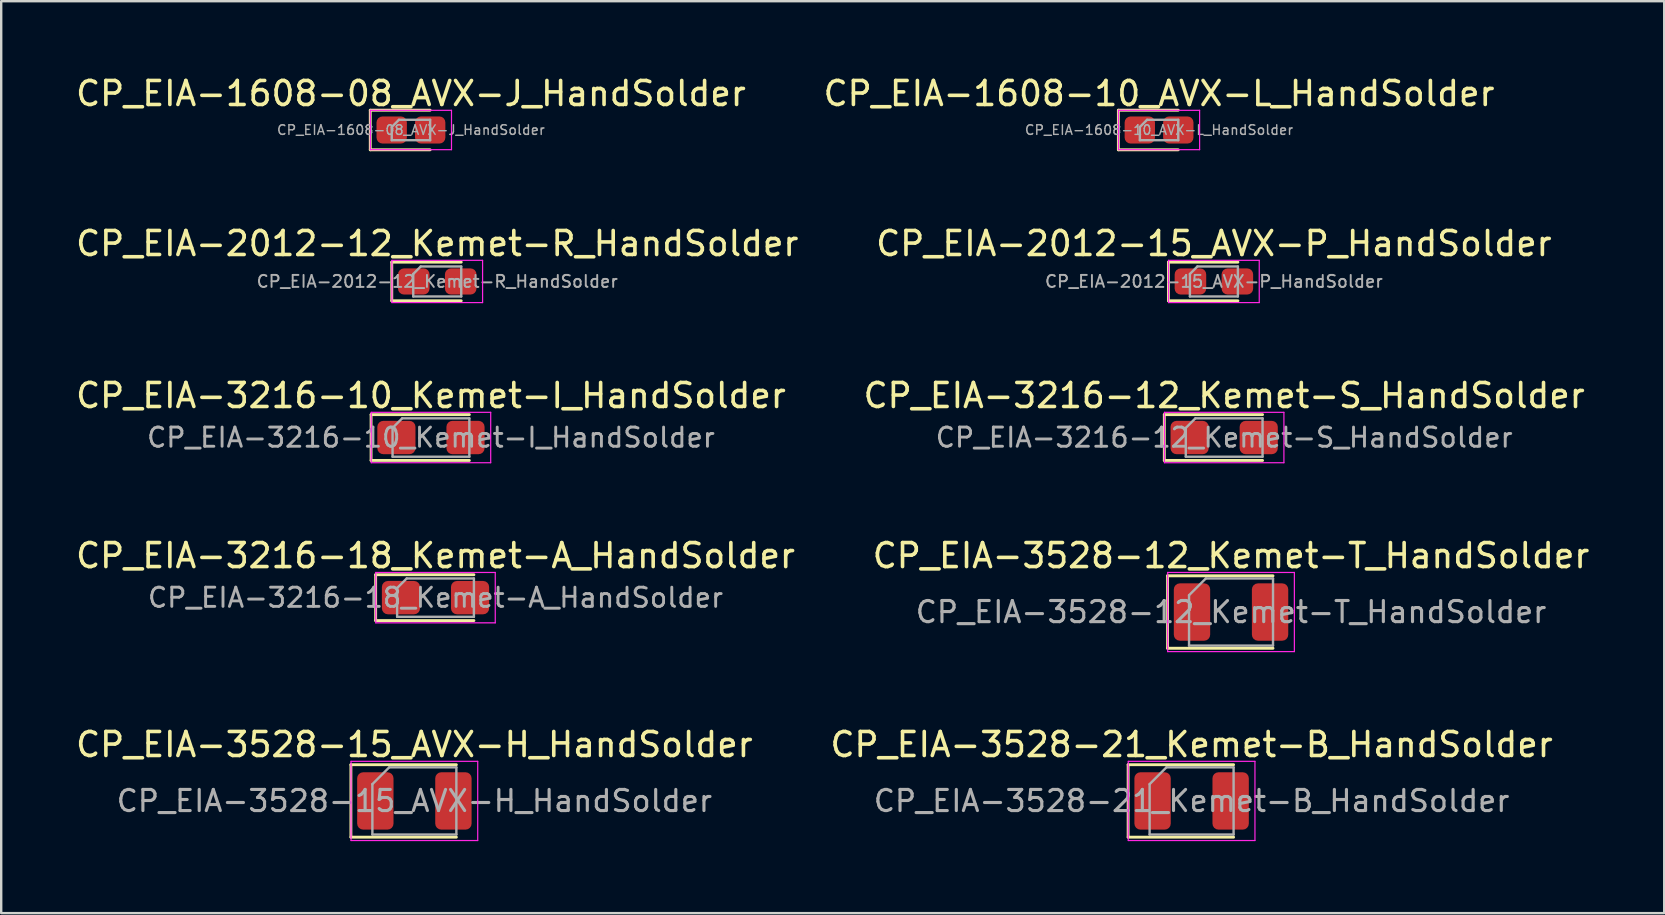
<source format=kicad_pcb>
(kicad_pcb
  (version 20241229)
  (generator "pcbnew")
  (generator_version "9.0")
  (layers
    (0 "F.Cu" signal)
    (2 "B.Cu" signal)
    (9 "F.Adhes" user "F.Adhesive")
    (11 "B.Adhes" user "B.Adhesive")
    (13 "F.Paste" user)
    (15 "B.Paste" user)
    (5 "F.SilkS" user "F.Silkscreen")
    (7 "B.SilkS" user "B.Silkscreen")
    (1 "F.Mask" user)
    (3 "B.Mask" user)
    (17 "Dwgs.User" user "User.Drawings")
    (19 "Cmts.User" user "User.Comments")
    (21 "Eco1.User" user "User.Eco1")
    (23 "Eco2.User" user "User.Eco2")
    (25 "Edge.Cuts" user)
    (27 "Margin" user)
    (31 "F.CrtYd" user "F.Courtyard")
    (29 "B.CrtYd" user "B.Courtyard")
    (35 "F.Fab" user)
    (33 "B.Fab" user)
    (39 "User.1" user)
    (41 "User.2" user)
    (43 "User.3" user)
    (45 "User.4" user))
  (footprint "CP_EIA-2012-15_AVX-P_HandSolder"
    (layer "F.Cu")
    (at 47.542 8.681)
    (property "Reference" "CP_EIA-2012-15_AVX-P_HandSolder" (at 0 -1.58 0) (layer "F.SilkS") (effects (font (size 1 1) (thickness 0.15))))
    (attr smd)
    (fp_line (start -1.895 -0.805) (end -1.895 0.805) (stroke (width 0.12) (type solid)) (layer "F.SilkS"))
    (fp_line (start -1.895 0.805) (end 1 0.805) (stroke (width 0.12) (type solid)) (layer "F.SilkS"))
    (fp_line (start 1 -0.805) (end -1.895 -0.805) (stroke (width 0.12) (type solid)) (layer "F.SilkS"))
    (fp_line (start -1.89 -0.88) (end 1.89 -0.88) (stroke (width 0.05) (type solid)) (layer "F.CrtYd"))
    (fp_line (start -1.89 0.88) (end -1.89 -0.88) (stroke (width 0.05) (type solid)) (layer "F.CrtYd"))
    (fp_line (start 1.89 -0.88) (end 1.89 0.88) (stroke (width 0.05) (type solid)) (layer "F.CrtYd"))
    (fp_line (start 1.89 0.88) (end -1.89 0.88) (stroke (width 0.05) (type solid)) (layer "F.CrtYd"))
    (fp_line (start -1 -0.312) (end -1 0.625) (stroke (width 0.1) (type solid)) (layer "F.Fab"))
    (fp_line (start -1 0.625) (end 1 0.625) (stroke (width 0.1) (type solid)) (layer "F.Fab"))
    (fp_line (start -0.688 -0.625) (end -1 -0.312) (stroke (width 0.1) (type solid)) (layer "F.Fab"))
    (fp_line (start 1 -0.625) (end -0.688 -0.625) (stroke (width 0.1) (type solid)) (layer "F.Fab"))
    (fp_line (start 1 0.625) (end 1 -0.625) (stroke (width 0.1) (type solid)) (layer "F.Fab"))
    (fp_text user "${REFERENCE}" (at 0 0 0) (layer "F.Fab") (effects (font (size 0.5 0.5) (thickness 0.08))))
    (pad "1" smd roundrect (at -0.978 0) (size 1.315 1.09) (layers "F.Cu" "F.Mask" "F.Paste") (roundrect_rratio 0.229))
    (pad "2" smd roundrect (at 0.978 0) (size 1.315 1.09) (layers "F.Cu" "F.Mask" "F.Paste") (roundrect_rratio 0.229)))
  (footprint "CP_EIA-1608-10_AVX-L_HandSolder"
    (layer "F.Cu")
    (at 45.256 2.368)
    (property "Reference" "CP_EIA-1608-10_AVX-L_HandSolder" (at 0 -1.52 0) (layer "F.SilkS") (effects (font (size 1 1) (thickness 0.15))))
    (attr smd)
    (fp_line (start -1.695 -0.825) (end -1.695 0.825) (stroke (width 0.12) (type solid)) (layer "F.SilkS"))
    (fp_line (start -1.695 0.825) (end 0.8 0.825) (stroke (width 0.12) (type solid)) (layer "F.SilkS"))
    (fp_line (start 0.8 -0.825) (end -1.695 -0.825) (stroke (width 0.12) (type solid)) (layer "F.SilkS"))
    (fp_line (start -1.69 -0.82) (end 1.69 -0.82) (stroke (width 0.05) (type solid)) (layer "F.CrtYd"))
    (fp_line (start -1.69 0.82) (end -1.69 -0.82) (stroke (width 0.05) (type solid)) (layer "F.CrtYd"))
    (fp_line (start 1.69 -0.82) (end 1.69 0.82) (stroke (width 0.05) (type solid)) (layer "F.CrtYd"))
    (fp_line (start 1.69 0.82) (end -1.69 0.82) (stroke (width 0.05) (type solid)) (layer "F.CrtYd"))
    (fp_line (start -0.8 -0.125) (end -0.8 0.425) (stroke (width 0.1) (type solid)) (layer "F.Fab"))
    (fp_line (start -0.8 0.425) (end 0.8 0.425) (stroke (width 0.1) (type solid)) (layer "F.Fab"))
    (fp_line (start -0.5 -0.425) (end -0.8 -0.125) (stroke (width 0.1) (type solid)) (layer "F.Fab"))
    (fp_line (start 0.8 -0.425) (end -0.5 -0.425) (stroke (width 0.1) (type solid)) (layer "F.Fab"))
    (fp_line (start 0.8 0.425) (end 0.8 -0.425) (stroke (width 0.1) (type solid)) (layer "F.Fab"))
    (fp_text user "${REFERENCE}" (at 0 0 0) (layer "F.Fab") (effects (font (size 0.4 0.4) (thickness 0.06))))
    (pad "1" smd roundrect (at -0.802 0) (size 1.265 1.13) (layers "F.Cu" "F.Mask" "F.Paste") (roundrect_rratio 0.221))
    (pad "2" smd roundrect (at 0.802 0) (size 1.265 1.13) (layers "F.Cu" "F.Mask" "F.Paste") (roundrect_rratio 0.221)))
  (footprint "CP_EIA-3528-12_Kemet-T_HandSolder"
    (layer "F.Cu")
    (at 48.256 22.458)
    (property "Reference" "CP_EIA-3528-12_Kemet-T_HandSolder" (at 0 -2.35 0) (layer "F.SilkS") (effects (font (size 1 1) (thickness 0.15))))
    (attr smd)
    (fp_line (start -2.645 -1.51) (end -2.645 1.51) (stroke (width 0.12) (type solid)) (layer "F.SilkS"))
    (fp_line (start -2.645 1.51) (end 1.75 1.51) (stroke (width 0.12) (type solid)) (layer "F.SilkS"))
    (fp_line (start 1.75 -1.51) (end -2.645 -1.51) (stroke (width 0.12) (type solid)) (layer "F.SilkS"))
    (fp_line (start -2.64 -1.65) (end 2.64 -1.65) (stroke (width 0.05) (type solid)) (layer "F.CrtYd"))
    (fp_line (start -2.64 1.65) (end -2.64 -1.65) (stroke (width 0.05) (type solid)) (layer "F.CrtYd"))
    (fp_line (start 2.64 -1.65) (end 2.64 1.65) (stroke (width 0.05) (type solid)) (layer "F.CrtYd"))
    (fp_line (start 2.64 1.65) (end -2.64 1.65) (stroke (width 0.05) (type solid)) (layer "F.CrtYd"))
    (fp_line (start -1.75 -0.7) (end -1.75 1.4) (stroke (width 0.1) (type solid)) (layer "F.Fab"))
    (fp_line (start -1.75 1.4) (end 1.75 1.4) (stroke (width 0.1) (type solid)) (layer "F.Fab"))
    (fp_line (start -1.05 -1.4) (end -1.75 -0.7) (stroke (width 0.1) (type solid)) (layer "F.Fab"))
    (fp_line (start 1.75 -1.4) (end -1.05 -1.4) (stroke (width 0.1) (type solid)) (layer "F.Fab"))
    (fp_line (start 1.75 1.4) (end 1.75 -1.4) (stroke (width 0.1) (type solid)) (layer "F.Fab"))
    (fp_text user "${REFERENCE}" (at 0 0 0) (layer "F.Fab") (effects (font (size 0.88 0.88) (thickness 0.13))))
    (pad "1" smd roundrect (at -1.627 0) (size 1.515 2.39) (layers "F.Cu" "F.Mask" "F.Paste") (roundrect_rratio 0.165))
    (pad "2" smd roundrect (at 1.627 0) (size 1.515 2.39) (layers "F.Cu" "F.Mask" "F.Paste") (roundrect_rratio 0.165)))
  (footprint "CP_EIA-1608-08_AVX-J_HandSolder"
    (layer "F.Cu")
    (at 14.077 2.368)
    (property "Reference" "CP_EIA-1608-08_AVX-J_HandSolder" (at 0 -1.52 0) (layer "F.SilkS") (effects (font (size 1 1) (thickness 0.15))))
    (attr smd)
    (fp_line (start -1.695 -0.825) (end -1.695 0.825) (stroke (width 0.12) (type solid)) (layer "F.SilkS"))
    (fp_line (start -1.695 0.825) (end 0.8 0.825) (stroke (width 0.12) (type solid)) (layer "F.SilkS"))
    (fp_line (start 0.8 -0.825) (end -1.695 -0.825) (stroke (width 0.12) (type solid)) (layer "F.SilkS"))
    (fp_line (start -1.69 -0.82) (end 1.69 -0.82) (stroke (width 0.05) (type solid)) (layer "F.CrtYd"))
    (fp_line (start -1.69 0.82) (end -1.69 -0.82) (stroke (width 0.05) (type solid)) (layer "F.CrtYd"))
    (fp_line (start 1.69 -0.82) (end 1.69 0.82) (stroke (width 0.05) (type solid)) (layer "F.CrtYd"))
    (fp_line (start 1.69 0.82) (end -1.69 0.82) (stroke (width 0.05) (type solid)) (layer "F.CrtYd"))
    (fp_line (start -0.8 -0.125) (end -0.8 0.425) (stroke (width 0.1) (type solid)) (layer "F.Fab"))
    (fp_line (start -0.8 0.425) (end 0.8 0.425) (stroke (width 0.1) (type solid)) (layer "F.Fab"))
    (fp_line (start -0.5 -0.425) (end -0.8 -0.125) (stroke (width 0.1) (type solid)) (layer "F.Fab"))
    (fp_line (start 0.8 -0.425) (end -0.5 -0.425) (stroke (width 0.1) (type solid)) (layer "F.Fab"))
    (fp_line (start 0.8 0.425) (end 0.8 -0.425) (stroke (width 0.1) (type solid)) (layer "F.Fab"))
    (fp_text user "${REFERENCE}" (at 0 0 0) (layer "F.Fab") (effects (font (size 0.4 0.4) (thickness 0.06))))
    (pad "1" smd roundrect (at -0.802 0) (size 1.265 1.13) (layers "F.Cu" "F.Mask" "F.Paste") (roundrect_rratio 0.221))
    (pad "2" smd roundrect (at 0.802 0) (size 1.265 1.13) (layers "F.Cu" "F.Mask" "F.Paste") (roundrect_rratio 0.221)))
  (footprint "CP_EIA-3528-21_Kemet-B_HandSolder"
    (layer "F.Cu")
    (at 46.613 30.331)
    (property "Reference" "CP_EIA-3528-21_Kemet-B_HandSolder" (at 0 -2.35 0) (layer "F.SilkS") (effects (font (size 1 1) (thickness 0.15))))
    (attr smd)
    (fp_line (start -2.645 -1.51) (end -2.645 1.51) (stroke (width 0.12) (type solid)) (layer "F.SilkS"))
    (fp_line (start -2.645 1.51) (end 1.75 1.51) (stroke (width 0.12) (type solid)) (layer "F.SilkS"))
    (fp_line (start 1.75 -1.51) (end -2.645 -1.51) (stroke (width 0.12) (type solid)) (layer "F.SilkS"))
    (fp_line (start -2.64 -1.65) (end 2.64 -1.65) (stroke (width 0.05) (type solid)) (layer "F.CrtYd"))
    (fp_line (start -2.64 1.65) (end -2.64 -1.65) (stroke (width 0.05) (type solid)) (layer "F.CrtYd"))
    (fp_line (start 2.64 -1.65) (end 2.64 1.65) (stroke (width 0.05) (type solid)) (layer "F.CrtYd"))
    (fp_line (start 2.64 1.65) (end -2.64 1.65) (stroke (width 0.05) (type solid)) (layer "F.CrtYd"))
    (fp_line (start -1.75 -0.7) (end -1.75 1.4) (stroke (width 0.1) (type solid)) (layer "F.Fab"))
    (fp_line (start -1.75 1.4) (end 1.75 1.4) (stroke (width 0.1) (type solid)) (layer "F.Fab"))
    (fp_line (start -1.05 -1.4) (end -1.75 -0.7) (stroke (width 0.1) (type solid)) (layer "F.Fab"))
    (fp_line (start 1.75 -1.4) (end -1.05 -1.4) (stroke (width 0.1) (type solid)) (layer "F.Fab"))
    (fp_line (start 1.75 1.4) (end 1.75 -1.4) (stroke (width 0.1) (type solid)) (layer "F.Fab"))
    (fp_text user "${REFERENCE}" (at 0 0 0) (layer "F.Fab") (effects (font (size 0.88 0.88) (thickness 0.13))))
    (pad "1" smd roundrect (at -1.627 0) (size 1.515 2.39) (layers "F.Cu" "F.Mask" "F.Paste") (roundrect_rratio 0.165))
    (pad "2" smd roundrect (at 1.627 0) (size 1.515 2.39) (layers "F.Cu" "F.Mask" "F.Paste") (roundrect_rratio 0.165)))
  (footprint "CP_EIA-3216-12_Kemet-S_HandSolder"
    (layer "F.Cu")
    (at 47.97 15.185)
    (property "Reference" "CP_EIA-3216-12_Kemet-S_HandSolder" (at 0 -1.75 0) (layer "F.SilkS") (effects (font (size 1 1) (thickness 0.15))))
    (attr smd)
    (fp_line (start -2.495 -0.955) (end -2.495 0.955) (stroke (width 0.12) (type solid)) (layer "F.SilkS"))
    (fp_line (start -2.495 0.955) (end 1.6 0.955) (stroke (width 0.12) (type solid)) (layer "F.SilkS"))
    (fp_line (start 1.6 -0.955) (end -2.495 -0.955) (stroke (width 0.12) (type solid)) (layer "F.SilkS"))
    (fp_line (start -2.49 -1.05) (end 2.49 -1.05) (stroke (width 0.05) (type solid)) (layer "F.CrtYd"))
    (fp_line (start -2.49 1.05) (end -2.49 -1.05) (stroke (width 0.05) (type solid)) (layer "F.CrtYd"))
    (fp_line (start 2.49 -1.05) (end 2.49 1.05) (stroke (width 0.05) (type solid)) (layer "F.CrtYd"))
    (fp_line (start 2.49 1.05) (end -2.49 1.05) (stroke (width 0.05) (type solid)) (layer "F.CrtYd"))
    (fp_line (start -1.6 -0.4) (end -1.6 0.8) (stroke (width 0.1) (type solid)) (layer "F.Fab"))
    (fp_line (start -1.6 0.8) (end 1.6 0.8) (stroke (width 0.1) (type solid)) (layer "F.Fab"))
    (fp_line (start -1.2 -0.8) (end -1.6 -0.4) (stroke (width 0.1) (type solid)) (layer "F.Fab"))
    (fp_line (start 1.6 -0.8) (end -1.2 -0.8) (stroke (width 0.1) (type solid)) (layer "F.Fab"))
    (fp_line (start 1.6 0.8) (end 1.6 -0.8) (stroke (width 0.1) (type solid)) (layer "F.Fab"))
    (fp_text user "${REFERENCE}" (at 0 0 0) (layer "F.Fab") (effects (font (size 0.8 0.8) (thickness 0.12))))
    (pad "1" smd roundrect (at -1.44 0) (size 1.59 1.39) (layers "F.Cu" "F.Mask" "F.Paste") (roundrect_rratio 0.18))
    (pad "2" smd roundrect (at 1.44 0) (size 1.59 1.39) (layers "F.Cu" "F.Mask" "F.Paste") (roundrect_rratio 0.18)))
  (footprint "CP_EIA-3216-10_Kemet-I_HandSolder"
    (layer "F.Cu")
    (at 14.911 15.185)
    (property "Reference" "CP_EIA-3216-10_Kemet-I_HandSolder" (at 0 -1.75 0) (layer "F.SilkS") (effects (font (size 1 1) (thickness 0.15))))
    (attr smd)
    (fp_line (start -2.495 -0.955) (end -2.495 0.955) (stroke (width 0.12) (type solid)) (layer "F.SilkS"))
    (fp_line (start -2.495 0.955) (end 1.6 0.955) (stroke (width 0.12) (type solid)) (layer "F.SilkS"))
    (fp_line (start 1.6 -0.955) (end -2.495 -0.955) (stroke (width 0.12) (type solid)) (layer "F.SilkS"))
    (fp_line (start -2.49 -1.05) (end 2.49 -1.05) (stroke (width 0.05) (type solid)) (layer "F.CrtYd"))
    (fp_line (start -2.49 1.05) (end -2.49 -1.05) (stroke (width 0.05) (type solid)) (layer "F.CrtYd"))
    (fp_line (start 2.49 -1.05) (end 2.49 1.05) (stroke (width 0.05) (type solid)) (layer "F.CrtYd"))
    (fp_line (start 2.49 1.05) (end -2.49 1.05) (stroke (width 0.05) (type solid)) (layer "F.CrtYd"))
    (fp_line (start -1.6 -0.4) (end -1.6 0.8) (stroke (width 0.1) (type solid)) (layer "F.Fab"))
    (fp_line (start -1.6 0.8) (end 1.6 0.8) (stroke (width 0.1) (type solid)) (layer "F.Fab"))
    (fp_line (start -1.2 -0.8) (end -1.6 -0.4) (stroke (width 0.1) (type solid)) (layer "F.Fab"))
    (fp_line (start 1.6 -0.8) (end -1.2 -0.8) (stroke (width 0.1) (type solid)) (layer "F.Fab"))
    (fp_line (start 1.6 0.8) (end 1.6 -0.8) (stroke (width 0.1) (type solid)) (layer "F.Fab"))
    (fp_text user "${REFERENCE}" (at 0 0 0) (layer "F.Fab") (effects (font (size 0.8 0.8) (thickness 0.12))))
    (pad "1" smd roundrect (at -1.44 0) (size 1.59 1.39) (layers "F.Cu" "F.Mask" "F.Paste") (roundrect_rratio 0.18))
    (pad "2" smd roundrect (at 1.44 0) (size 1.59 1.39) (layers "F.Cu" "F.Mask" "F.Paste") (roundrect_rratio 0.18)))
  (footprint "CP_EIA-3216-18_Kemet-A_HandSolder"
    (layer "F.Cu")
    (at 15.101 21.858)
    (property "Reference" "CP_EIA-3216-18_Kemet-A_HandSolder" (at 0 -1.75 0) (layer "F.SilkS") (effects (font (size 1 1) (thickness 0.15))))
    (attr smd)
    (fp_line (start -2.495 -0.955) (end -2.495 0.955) (stroke (width 0.12) (type solid)) (layer "F.SilkS"))
    (fp_line (start -2.495 0.955) (end 1.6 0.955) (stroke (width 0.12) (type solid)) (layer "F.SilkS"))
    (fp_line (start 1.6 -0.955) (end -2.495 -0.955) (stroke (width 0.12) (type solid)) (layer "F.SilkS"))
    (fp_line (start -2.49 -1.05) (end 2.49 -1.05) (stroke (width 0.05) (type solid)) (layer "F.CrtYd"))
    (fp_line (start -2.49 1.05) (end -2.49 -1.05) (stroke (width 0.05) (type solid)) (layer "F.CrtYd"))
    (fp_line (start 2.49 -1.05) (end 2.49 1.05) (stroke (width 0.05) (type solid)) (layer "F.CrtYd"))
    (fp_line (start 2.49 1.05) (end -2.49 1.05) (stroke (width 0.05) (type solid)) (layer "F.CrtYd"))
    (fp_line (start -1.6 -0.4) (end -1.6 0.8) (stroke (width 0.1) (type solid)) (layer "F.Fab"))
    (fp_line (start -1.6 0.8) (end 1.6 0.8) (stroke (width 0.1) (type solid)) (layer "F.Fab"))
    (fp_line (start -1.2 -0.8) (end -1.6 -0.4) (stroke (width 0.1) (type solid)) (layer "F.Fab"))
    (fp_line (start 1.6 -0.8) (end -1.2 -0.8) (stroke (width 0.1) (type solid)) (layer "F.Fab"))
    (fp_line (start 1.6 0.8) (end 1.6 -0.8) (stroke (width 0.1) (type solid)) (layer "F.Fab"))
    (fp_text user "${REFERENCE}" (at 0 0 0) (layer "F.Fab") (effects (font (size 0.8 0.8) (thickness 0.12))))
    (pad "1" smd roundrect (at -1.44 0) (size 1.59 1.39) (layers "F.Cu" "F.Mask" "F.Paste") (roundrect_rratio 0.18))
    (pad "2" smd roundrect (at 1.44 0) (size 1.59 1.39) (layers "F.Cu" "F.Mask" "F.Paste") (roundrect_rratio 0.18)))
  (footprint "CP_EIA-2012-12_Kemet-R_HandSolder"
    (layer "F.Cu")
    (at 15.173 8.681)
    (property "Reference" "CP_EIA-2012-12_Kemet-R_HandSolder" (at 0 -1.58 0) (layer "F.SilkS") (effects (font (size 1 1) (thickness 0.15))))
    (attr smd)
    (fp_line (start -1.895 -0.805) (end -1.895 0.805) (stroke (width 0.12) (type solid)) (layer "F.SilkS"))
    (fp_line (start -1.895 0.805) (end 1 0.805) (stroke (width 0.12) (type solid)) (layer "F.SilkS"))
    (fp_line (start 1 -0.805) (end -1.895 -0.805) (stroke (width 0.12) (type solid)) (layer "F.SilkS"))
    (fp_line (start -1.89 -0.88) (end 1.89 -0.88) (stroke (width 0.05) (type solid)) (layer "F.CrtYd"))
    (fp_line (start -1.89 0.88) (end -1.89 -0.88) (stroke (width 0.05) (type solid)) (layer "F.CrtYd"))
    (fp_line (start 1.89 -0.88) (end 1.89 0.88) (stroke (width 0.05) (type solid)) (layer "F.CrtYd"))
    (fp_line (start 1.89 0.88) (end -1.89 0.88) (stroke (width 0.05) (type solid)) (layer "F.CrtYd"))
    (fp_line (start -1 -0.312) (end -1 0.625) (stroke (width 0.1) (type solid)) (layer "F.Fab"))
    (fp_line (start -1 0.625) (end 1 0.625) (stroke (width 0.1) (type solid)) (layer "F.Fab"))
    (fp_line (start -0.688 -0.625) (end -1 -0.312) (stroke (width 0.1) (type solid)) (layer "F.Fab"))
    (fp_line (start 1 -0.625) (end -0.688 -0.625) (stroke (width 0.1) (type solid)) (layer "F.Fab"))
    (fp_line (start 1 0.625) (end 1 -0.625) (stroke (width 0.1) (type solid)) (layer "F.Fab"))
    (fp_text user "${REFERENCE}" (at 0 0 0) (layer "F.Fab") (effects (font (size 0.5 0.5) (thickness 0.08))))
    (pad "1" smd roundrect (at -0.978 0) (size 1.315 1.09) (layers "F.Cu" "F.Mask" "F.Paste") (roundrect_rratio 0.229))
    (pad "2" smd roundrect (at 0.978 0) (size 1.315 1.09) (layers "F.Cu" "F.Mask" "F.Paste") (roundrect_rratio 0.229)))
  (footprint "CP_EIA-3528-15_AVX-H_HandSolder"
    (layer "F.Cu")
    (at 14.22 30.331)
    (property "Reference" "CP_EIA-3528-15_AVX-H_HandSolder" (at 0 -2.35 0) (layer "F.SilkS") (effects (font (size 1 1) (thickness 0.15))))
    (attr smd)
    (fp_line (start -2.645 -1.51) (end -2.645 1.51) (stroke (width 0.12) (type solid)) (layer "F.SilkS"))
    (fp_line (start -2.645 1.51) (end 1.75 1.51) (stroke (width 0.12) (type solid)) (layer "F.SilkS"))
    (fp_line (start 1.75 -1.51) (end -2.645 -1.51) (stroke (width 0.12) (type solid)) (layer "F.SilkS"))
    (fp_line (start -2.64 -1.65) (end 2.64 -1.65) (stroke (width 0.05) (type solid)) (layer "F.CrtYd"))
    (fp_line (start -2.64 1.65) (end -2.64 -1.65) (stroke (width 0.05) (type solid)) (layer "F.CrtYd"))
    (fp_line (start 2.64 -1.65) (end 2.64 1.65) (stroke (width 0.05) (type solid)) (layer "F.CrtYd"))
    (fp_line (start 2.64 1.65) (end -2.64 1.65) (stroke (width 0.05) (type solid)) (layer "F.CrtYd"))
    (fp_line (start -1.75 -0.7) (end -1.75 1.4) (stroke (width 0.1) (type solid)) (layer "F.Fab"))
    (fp_line (start -1.75 1.4) (end 1.75 1.4) (stroke (width 0.1) (type solid)) (layer "F.Fab"))
    (fp_line (start -1.05 -1.4) (end -1.75 -0.7) (stroke (width 0.1) (type solid)) (layer "F.Fab"))
    (fp_line (start 1.75 -1.4) (end -1.05 -1.4) (stroke (width 0.1) (type solid)) (layer "F.Fab"))
    (fp_line (start 1.75 1.4) (end 1.75 -1.4) (stroke (width 0.1) (type solid)) (layer "F.Fab"))
    (fp_text user "${REFERENCE}" (at 0 0 0) (layer "F.Fab") (effects (font (size 0.88 0.88) (thickness 0.13))))
    (pad "1" smd roundrect (at -1.627 0) (size 1.515 2.39) (layers "F.Cu" "F.Mask" "F.Paste") (roundrect_rratio 0.165))
    (pad "2" smd roundrect (at 1.627 0) (size 1.515 2.39) (layers "F.Cu" "F.Mask" "F.Paste") (roundrect_rratio 0.165)))
  (gr_rect
    (start -3 -3)
    (end 66.31 35.006)
    (stroke (width 0.1) (type default))
    (fill no)
    (layer "Edge.Cuts")))
</source>
